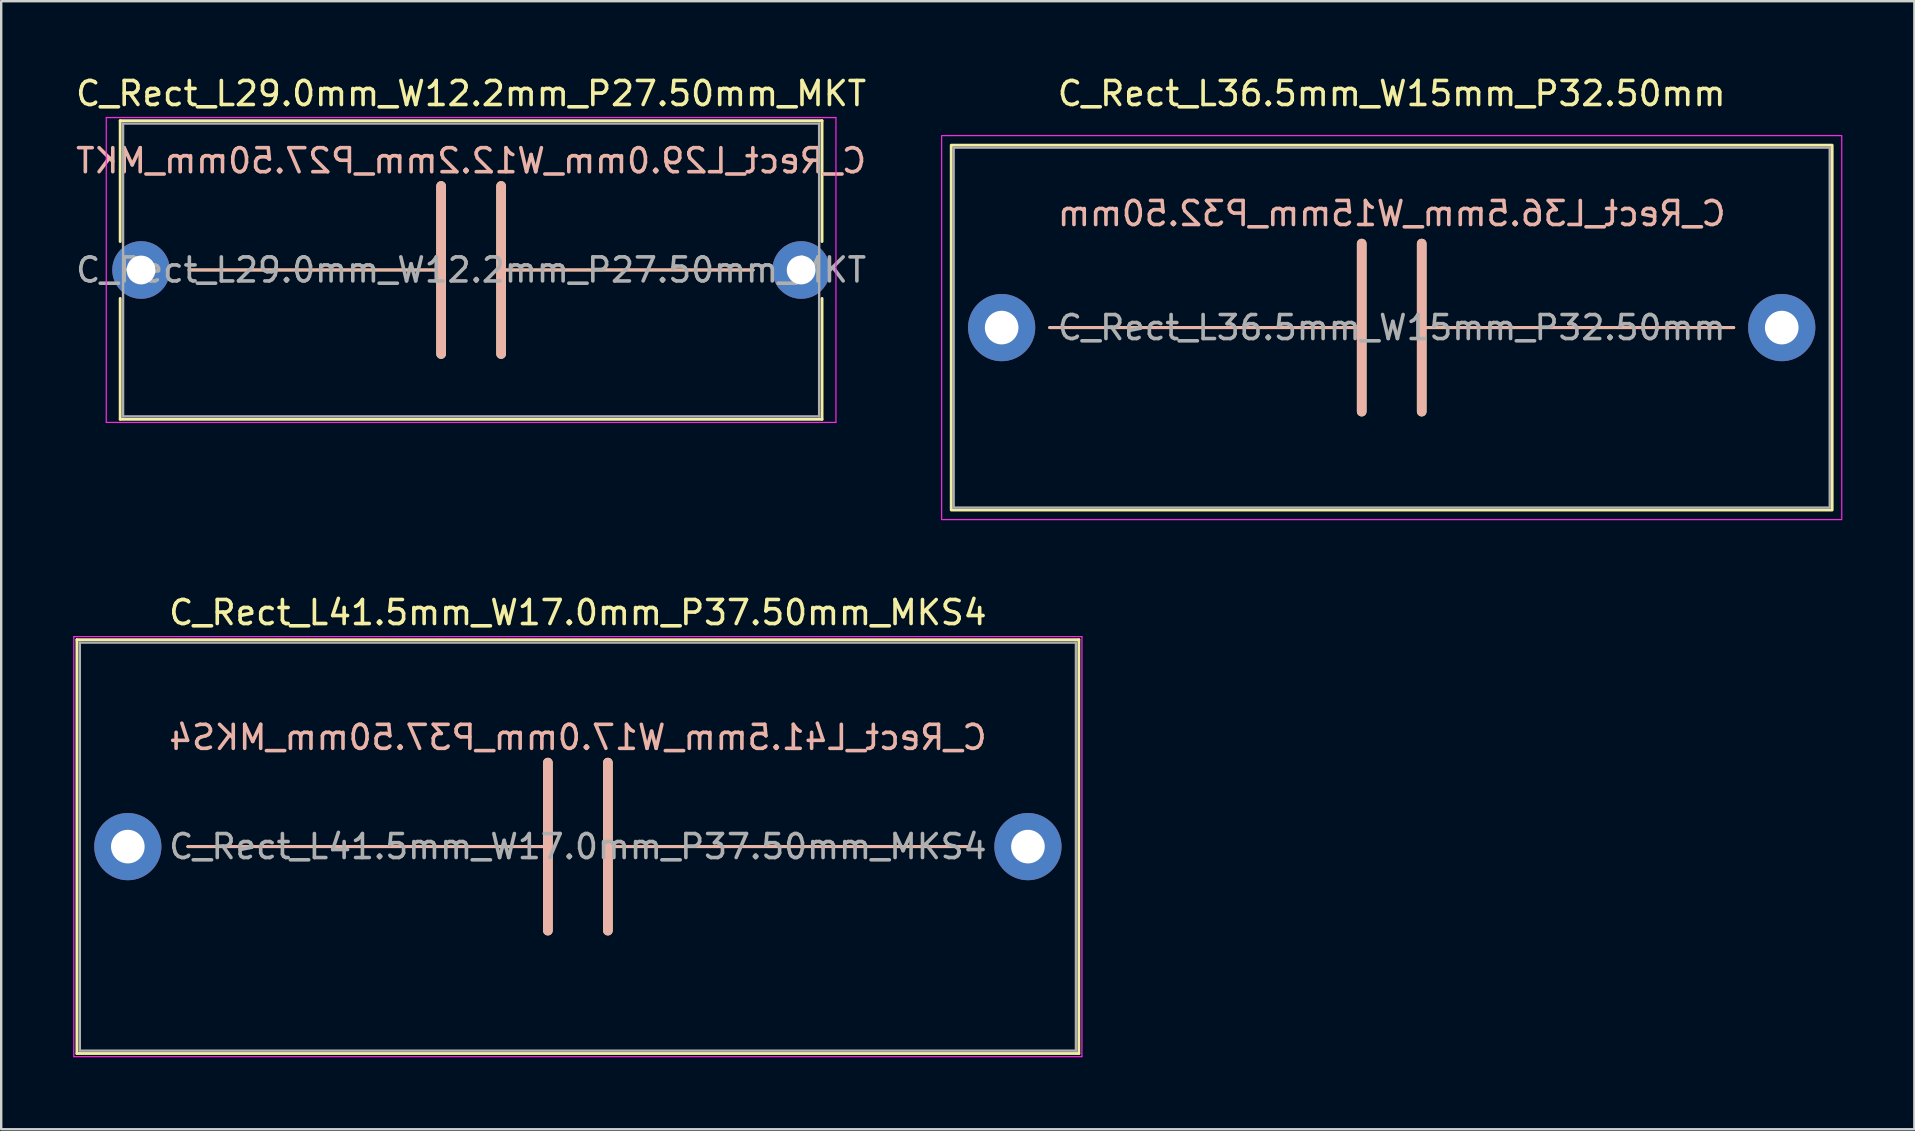
<source format=kicad_pcb>
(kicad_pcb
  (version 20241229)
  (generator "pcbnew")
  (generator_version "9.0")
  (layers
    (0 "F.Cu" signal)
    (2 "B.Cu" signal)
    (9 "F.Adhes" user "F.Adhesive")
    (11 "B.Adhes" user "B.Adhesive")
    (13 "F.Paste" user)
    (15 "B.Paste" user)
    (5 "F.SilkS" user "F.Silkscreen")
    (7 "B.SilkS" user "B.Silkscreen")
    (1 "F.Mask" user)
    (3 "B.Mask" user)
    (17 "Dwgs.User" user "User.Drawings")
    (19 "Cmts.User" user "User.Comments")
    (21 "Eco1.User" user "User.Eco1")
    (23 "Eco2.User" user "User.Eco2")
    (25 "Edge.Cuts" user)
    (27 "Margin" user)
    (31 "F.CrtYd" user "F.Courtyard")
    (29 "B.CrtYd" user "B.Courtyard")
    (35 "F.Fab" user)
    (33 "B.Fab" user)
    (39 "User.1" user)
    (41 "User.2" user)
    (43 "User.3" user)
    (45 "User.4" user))
  (footprint "C_Rect_L41.5mm_W17.0mm_P37.50mm_MKS4"
    (layer "F.Cu")
    (at 2.275 32.221)
    (property "Reference" "C_Rect_L41.5mm_W17.0mm_P37.50mm_MKS4" (at 18.75 -9.75 0) (layer "F.SilkS") (effects (font (size 1 1) (thickness 0.15))))
    (fp_line (start -2.12 -8.62) (end -2.12 8.62) (stroke (width 0.12) (type solid)) (layer "F.SilkS"))
    (fp_line (start -2.12 -8.62) (end 39.62 -8.62) (stroke (width 0.12) (type solid)) (layer "F.SilkS"))
    (fp_line (start -2.12 8.62) (end 39.62 8.62) (stroke (width 0.12) (type solid)) (layer "F.SilkS"))
    (fp_line (start 2.5 0) (end 17.5 0) (stroke (width 0.12) (type solid)) (layer "F.SilkS"))
    (fp_line (start 17.5 -3.5) (end 17.5 3.5) (stroke (width 0.4) (type solid)) (layer "F.SilkS"))
    (fp_line (start 20 -3.5) (end 20 3.5) (stroke (width 0.4) (type solid)) (layer "F.SilkS"))
    (fp_line (start 20 0) (end 35 0) (stroke (width 0.12) (type solid)) (layer "F.SilkS"))
    (fp_line (start 39.62 -8.62) (end 39.62 8.62) (stroke (width 0.12) (type solid)) (layer "F.SilkS"))
    (fp_line (start 2.5 0) (end 17.5 0) (stroke (width 0.12) (type solid)) (layer "B.SilkS"))
    (fp_line (start 17.5 3.5) (end 17.5 -3.5) (stroke (width 0.4) (type solid)) (layer "B.SilkS"))
    (fp_line (start 20 0) (end 35 0) (stroke (width 0.12) (type solid)) (layer "B.SilkS"))
    (fp_line (start 20 3.5) (end 20 -3.5) (stroke (width 0.4) (type solid)) (layer "B.SilkS"))
    (fp_line (start -2.25 -8.75) (end -2.25 8.75) (stroke (width 0.05) (type solid)) (layer "F.CrtYd"))
    (fp_line (start -2.25 8.75) (end 39.75 8.75) (stroke (width 0.05) (type solid)) (layer "F.CrtYd"))
    (fp_line (start 39.75 -8.75) (end -2.25 -8.75) (stroke (width 0.05) (type solid)) (layer "F.CrtYd"))
    (fp_line (start 39.75 8.75) (end 39.75 -8.75) (stroke (width 0.05) (type solid)) (layer "F.CrtYd"))
    (fp_line (start -2 -8.5) (end -2 8.5) (stroke (width 0.1) (type solid)) (layer "F.Fab"))
    (fp_line (start -2 8.5) (end 39.5 8.5) (stroke (width 0.1) (type solid)) (layer "F.Fab"))
    (fp_line (start 39.5 -8.5) (end -2 -8.5) (stroke (width 0.1) (type solid)) (layer "F.Fab"))
    (fp_line (start 39.5 8.5) (end 39.5 -8.5) (stroke (width 0.1) (type solid)) (layer "F.Fab"))
    (fp_text user "${REFERENCE}" (at 18.75 -4.55 0) (layer "B.SilkS") (effects (font (size 1 1) (thickness 0.15)) (justify mirror)))
    (fp_text user "${REFERENCE}" (at 18.75 0 0) (layer "F.Fab") (effects (font (size 1 1) (thickness 0.15))))
    (pad "1" thru_hole circle (at 0 0) (size 2.8 2.8) (drill 1.4) (layers "*.Cu" "*.Mask"))
    (pad "2" thru_hole circle (at 37.5 0) (size 2.8 2.8) (drill 1.4) (layers "*.Cu" "*.Mask")))
  (footprint "C_Rect_L36.5mm_W15mm_P32.50mm"
    (layer "F.Cu")
    (at 38.68 10.598)
    (property "Reference" "C_Rect_L36.5mm_W15mm_P32.50mm" (at 16.25 -9.75 0) (layer "F.SilkS") (effects (font (size 1 1) (thickness 0.15))))
    (attr through_hole)
    (fp_line (start 2 0) (end 15 0) (stroke (width 0.12) (type solid)) (layer "F.SilkS"))
    (fp_line (start 15 -3.5) (end 15 3.5) (stroke (width 0.4) (type solid)) (layer "F.SilkS"))
    (fp_line (start 17.5 -3.5) (end 17.5 3.5) (stroke (width 0.4) (type solid)) (layer "F.SilkS"))
    (fp_line (start 17.5 0) (end 30.5 0) (stroke (width 0.12) (type solid)) (layer "F.SilkS"))
    (fp_rect (start -2.1 -7.6) (end 34.6 7.6) (stroke (width 0.12) (type solid)) (fill no) (layer "F.SilkS"))
    (fp_line (start 2 0) (end 15 0) (stroke (width 0.12) (type solid)) (layer "B.SilkS"))
    (fp_line (start 15 3.5) (end 15 -3.5) (stroke (width 0.4) (type solid)) (layer "B.SilkS"))
    (fp_line (start 17.5 0) (end 30.5 0) (stroke (width 0.12) (type solid)) (layer "B.SilkS"))
    (fp_line (start 17.5 3.5) (end 17.5 -3.5) (stroke (width 0.4) (type solid)) (layer "B.SilkS"))
    (fp_rect (start 35 8) (end -2.5 -8) (stroke (width 0.05) (type solid)) (fill no) (layer "F.CrtYd"))
    (fp_rect (start -2 -7.5) (end 34.5 7.5) (stroke (width 0.1) (type solid)) (fill no) (layer "F.Fab"))
    (fp_text user "${REFERENCE}" (at 16.25 -4.75 0) (layer "B.SilkS") (effects (font (size 1 1) (thickness 0.15)) (justify mirror)))
    (fp_text user "${REFERENCE}" (at 16.25 0 0) (layer "F.Fab") (effects (font (size 1 1) (thickness 0.15))))
    (pad "1" thru_hole circle (at 0 0) (size 2.8 2.8) (drill 1.4) (layers "*.Cu" "*.Mask"))
    (pad "2" thru_hole circle (at 32.5 0) (size 2.8 2.8) (drill 1.4) (layers "*.Cu" "*.Mask")))
  (footprint "C_Rect_L29.0mm_W12.2mm_P27.50mm_MKT"
    (layer "F.Cu")
    (at 2.827 8.198)
    (property "Reference" "C_Rect_L29.0mm_W12.2mm_P27.50mm_MKT" (at 13.75 -7.35 0) (layer "F.SilkS") (effects (font (size 1 1) (thickness 0.15))))
    (fp_line (start -0.87 -6.22) (end -0.87 -1.185) (stroke (width 0.12) (type solid)) (layer "F.SilkS"))
    (fp_line (start -0.87 -6.22) (end 28.37 -6.22) (stroke (width 0.12) (type solid)) (layer "F.SilkS"))
    (fp_line (start -0.87 1.185) (end -0.87 6.22) (stroke (width 0.12) (type solid)) (layer "F.SilkS"))
    (fp_line (start -0.87 6.22) (end 28.37 6.22) (stroke (width 0.12) (type solid)) (layer "F.SilkS"))
    (fp_line (start 2 0) (end 12.5 0) (stroke (width 0.12) (type solid)) (layer "F.SilkS"))
    (fp_line (start 12.5 -3.5) (end 12.5 3.5) (stroke (width 0.4) (type solid)) (layer "F.SilkS"))
    (fp_line (start 15 -3.5) (end 15 3.5) (stroke (width 0.4) (type solid)) (layer "F.SilkS"))
    (fp_line (start 15 0) (end 25.5 0) (stroke (width 0.12) (type solid)) (layer "F.SilkS"))
    (fp_line (start 28.37 -6.22) (end 28.37 -1.185) (stroke (width 0.12) (type solid)) (layer "F.SilkS"))
    (fp_line (start 28.37 1.185) (end 28.37 6.22) (stroke (width 0.12) (type solid)) (layer "F.SilkS"))
    (fp_line (start 2 0) (end 12.5 0) (stroke (width 0.12) (type solid)) (layer "B.SilkS"))
    (fp_line (start 12.5 3.5) (end 12.5 -3.5) (stroke (width 0.4) (type solid)) (layer "B.SilkS"))
    (fp_line (start 15 0) (end 25.5 0) (stroke (width 0.12) (type solid)) (layer "B.SilkS"))
    (fp_line (start 15 3.5) (end 15 -3.5) (stroke (width 0.4) (type solid)) (layer "B.SilkS"))
    (fp_line (start -1.45 -6.35) (end -1.45 6.35) (stroke (width 0.05) (type solid)) (layer "F.CrtYd"))
    (fp_line (start -1.45 6.35) (end 28.95 6.35) (stroke (width 0.05) (type solid)) (layer "F.CrtYd"))
    (fp_line (start 28.95 -6.35) (end -1.45 -6.35) (stroke (width 0.05) (type solid)) (layer "F.CrtYd"))
    (fp_line (start 28.95 6.35) (end 28.95 -6.35) (stroke (width 0.05) (type solid)) (layer "F.CrtYd"))
    (fp_line (start -0.75 -6.1) (end -0.75 6.1) (stroke (width 0.1) (type solid)) (layer "F.Fab"))
    (fp_line (start -0.75 6.1) (end 28.25 6.1) (stroke (width 0.1) (type solid)) (layer "F.Fab"))
    (fp_line (start 28.25 -6.1) (end -0.75 -6.1) (stroke (width 0.1) (type solid)) (layer "F.Fab"))
    (fp_line (start 28.25 6.1) (end 28.25 -6.1) (stroke (width 0.1) (type solid)) (layer "F.Fab"))
    (fp_text user "${REFERENCE}" (at 13.75 -4.55 0) (layer "B.SilkS") (effects (font (size 1 1) (thickness 0.15)) (justify mirror)))
    (fp_text user "${REFERENCE}" (at 13.75 0 0) (layer "F.Fab") (effects (font (size 1 1) (thickness 0.15))))
    (pad "1" thru_hole circle (at 0 0) (size 2.4 2.4) (drill 1.2) (layers "*.Cu" "*.Mask"))
    (pad "2" thru_hole circle (at 27.5 0) (size 2.4 2.4) (drill 1.2) (layers "*.Cu" "*.Mask")))
  (gr_rect
    (start -3 -3)
    (end 76.705 43.996)
    (stroke (width 0.1) (type default))
    (fill no)
    (layer "Edge.Cuts")))
</source>
